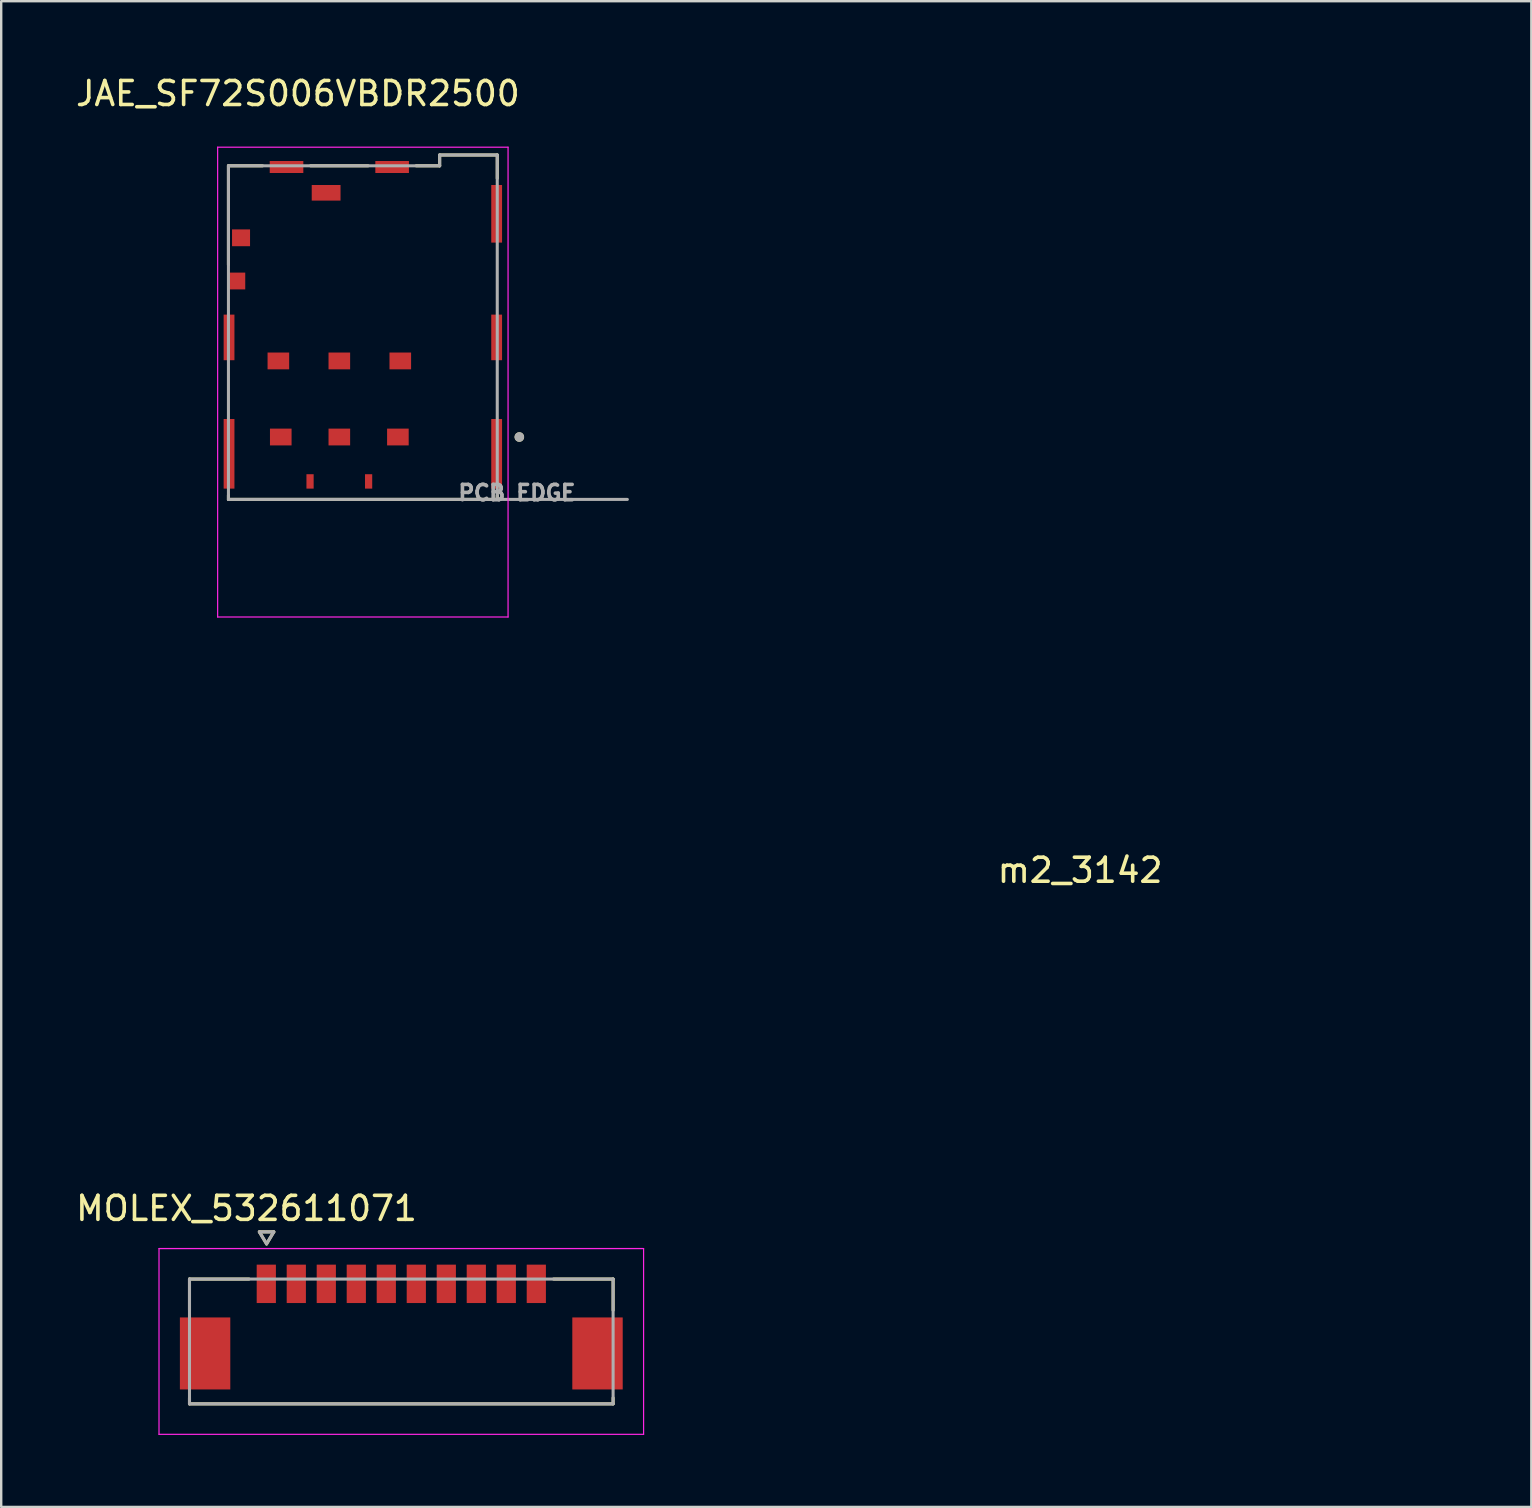
<source format=kicad_pcb>
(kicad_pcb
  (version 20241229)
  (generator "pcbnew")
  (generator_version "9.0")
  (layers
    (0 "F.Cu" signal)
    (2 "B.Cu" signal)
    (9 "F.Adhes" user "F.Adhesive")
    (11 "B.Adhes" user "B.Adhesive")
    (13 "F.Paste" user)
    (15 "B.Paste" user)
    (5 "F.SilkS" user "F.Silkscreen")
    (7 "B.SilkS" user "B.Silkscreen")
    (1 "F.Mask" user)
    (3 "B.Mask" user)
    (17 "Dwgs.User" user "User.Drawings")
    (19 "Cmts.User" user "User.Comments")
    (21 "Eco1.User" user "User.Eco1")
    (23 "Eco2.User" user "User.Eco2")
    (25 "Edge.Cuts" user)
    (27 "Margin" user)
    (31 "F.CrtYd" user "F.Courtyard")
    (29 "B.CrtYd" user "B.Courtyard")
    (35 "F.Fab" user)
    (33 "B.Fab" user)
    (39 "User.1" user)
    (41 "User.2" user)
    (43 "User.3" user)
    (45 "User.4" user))
  (footprint "JAE_SF72S006VBDR2500"
    (layer "F.Cu")
    (at 11.088 10.583)
    (property "Reference" "JAE_SF72S006VBDR2500" (at -1.725 -9.735 0) (layer "F.SilkS") (effects (font (size 1 1) (thickness 0.15))))
    (attr smd)
    (fp_line (start -4.62 -6.725) (end -3.2 -6.725) (stroke (width 0.127) (type solid)) (layer "F.SilkS"))
    (fp_line (start -4.62 -2.6) (end -4.62 -6.725) (stroke (width 0.127) (type solid)) (layer "F.SilkS"))
    (fp_line (start -4.62 7) (end -4.62 7.175) (stroke (width 0.127) (type solid)) (layer "F.SilkS"))
    (fp_line (start -4.62 7.175) (end 6.58 7.175) (stroke (width 0.127) (type solid)) (layer "F.SilkS"))
    (fp_line (start -1.2 -6.725) (end 1.2 -6.725) (stroke (width 0.127) (type solid)) (layer "F.SilkS"))
    (fp_line (start 3.2 -6.725) (end 4.18 -6.725) (stroke (width 0.127) (type solid)) (layer "F.SilkS"))
    (fp_line (start 4.18 -7.175) (end 6.58 -7.175) (stroke (width 0.127) (type solid)) (layer "F.SilkS"))
    (fp_line (start 4.18 -6.725) (end 4.18 -7.175) (stroke (width 0.127) (type solid)) (layer "F.SilkS"))
    (fp_line (start 6.58 -7.175) (end 6.58 -6.2) (stroke (width 0.127) (type solid)) (layer "F.SilkS"))
    (fp_line (start 6.58 7.175) (end 6.58 7) (stroke (width 0.127) (type solid)) (layer "F.SilkS"))
    (fp_circle (center 7.5 4.575) (end 7.6 4.575) (stroke (width 0.2) (type solid)) (fill no) (layer "F.SilkS"))
    (fp_line (start -5.07 -7.5) (end 7.03 -7.5) (stroke (width 0.05) (type solid)) (layer "F.CrtYd"))
    (fp_line (start -5.07 12.075) (end -5.07 -7.5) (stroke (width 0.05) (type solid)) (layer "F.CrtYd"))
    (fp_line (start 7.03 -7.5) (end 7.03 12.075) (stroke (width 0.05) (type solid)) (layer "F.CrtYd"))
    (fp_line (start 7.03 12.075) (end -5.07 12.075) (stroke (width 0.05) (type solid)) (layer "F.CrtYd"))
    (fp_line (start -4.62 -6.725) (end -4.62 7.175) (stroke (width 0.127) (type solid)) (layer "F.Fab"))
    (fp_line (start -4.62 7.175) (end 6.58 7.175) (stroke (width 0.127) (type solid)) (layer "F.Fab"))
    (fp_line (start 4.18 -7.175) (end 4.18 -6.725) (stroke (width 0.127) (type solid)) (layer "F.Fab"))
    (fp_line (start 4.18 -6.725) (end -4.62 -6.725) (stroke (width 0.127) (type solid)) (layer "F.Fab"))
    (fp_line (start 6.58 -7.175) (end 4.18 -7.175) (stroke (width 0.127) (type solid)) (layer "F.Fab"))
    (fp_line (start 6.58 7.175) (end 6.58 -7.175) (stroke (width 0.127) (type solid)) (layer "F.Fab"))
    (fp_line (start 6.58 7.175) (end 12 7.175) (stroke (width 0.127) (type solid)) (layer "F.Fab"))
    (fp_circle (center 7.5 4.575) (end 7.6 4.575) (stroke (width 0.2) (type solid)) (fill no) (layer "F.Fab"))
    (fp_text user "PCB EDGE" (at 7.4 6.9 0) (layer "F.Fab") (effects (font (size 0.64 0.64) (thickness 0.15))))
    (pad "C1" smd rect (at 2.44 4.575) (size 0.9 0.7) (layers "F.Cu" "F.Mask" "F.Paste"))
    (pad "C2" smd rect (at 0 4.575) (size 0.9 0.7) (layers "F.Cu" "F.Mask" "F.Paste"))
    (pad "C3" smd rect (at -2.44 4.575) (size 0.9 0.7) (layers "F.Cu" "F.Mask" "F.Paste"))
    (pad "C5" smd rect (at 2.54 1.405) (size 0.9 0.7) (layers "F.Cu" "F.Mask" "F.Paste"))
    (pad "C6" smd rect (at 0 1.405) (size 0.9 0.7) (layers "F.Cu" "F.Mask" "F.Paste"))
    (pad "C7" smd rect (at -2.54 1.405) (size 0.9 0.7) (layers "F.Cu" "F.Mask" "F.Paste"))
    (pad "CSW" smd rect (at -4.27 -1.925) (size 0.7 0.7) (layers "F.Cu" "F.Mask" "F.Paste"))
    (pad "DSW" smd rect (at -0.55 -5.6) (size 1.2 0.65) (layers "F.Cu" "F.Mask" "F.Paste"))
    (pad "G1" smd rect (at -4.595 5.275) (size 0.45 2.9) (layers "F.Cu" "F.Mask" "F.Paste"))
    (pad "G2" smd rect (at -4.595 0.425) (size 0.45 1.9) (layers "F.Cu" "F.Mask" "F.Paste"))
    (pad "G3" smd rect (at -4.095 -3.725) (size 0.75 0.7) (layers "F.Cu" "F.Mask" "F.Paste"))
    (pad "G4" smd rect (at -2.2 -6.675) (size 1.4 0.5) (layers "F.Cu" "F.Mask" "F.Paste"))
    (pad "G5" smd rect (at 2.2 -6.675) (size 1.4 0.5) (layers "F.Cu" "F.Mask" "F.Paste"))
    (pad "G6" smd rect (at 6.555 -4.725) (size 0.45 2.4) (layers "F.Cu" "F.Mask" "F.Paste"))
    (pad "G7" smd rect (at 6.555 0.425) (size 0.45 1.9) (layers "F.Cu" "F.Mask" "F.Paste"))
    (pad "G8" smd rect (at 6.555 5.275) (size 0.45 2.9) (layers "F.Cu" "F.Mask" "F.Paste"))
    (pad "G9" smd rect (at 1.22 6.425) (size 0.3 0.6) (layers "F.Cu" "F.Mask" "F.Paste"))
    (pad "G10" smd rect (at -1.22 6.425) (size 0.3 0.6) (layers "F.Cu" "F.Mask" "F.Paste"))
    (zone (net_name "") (layer "F.Cu") (hatch full 0.508) (connect_pads) (min_thickness 0.01) (filled_areas_thickness no) (keepout (tracks not_allowed) (vias not_allowed) (pads not_allowed) (copperpour not_allowed) (footprints allowed)) (placement (enabled no)) (fill) (polygon (pts (xy 9.288 4.708) (xy 9.388 4.708) (xy 9.388 7.408) (xy 13.938 7.408) (xy 13.938 4.708) (xy 14.188 4.708) (xy 14.188 7.908) (xy 9.288 7.908))))
    (zone (net_name "") (layer "F.Cu") (hatch full 0.508) (connect_pads) (min_thickness 0.01) (filled_areas_thickness no) (keepout (tracks not_allowed) (vias not_allowed) (pads not_allowed) (copperpour not_allowed) (footprints allowed)) (placement (enabled no)) (fill) (polygon (pts (xy 7.588 17.758) (xy 7.588 8.258) (xy 14.588 8.258) (xy 14.588 12.338) (xy 14.078 12.338) (xy 14.078 10.458) (xy 13.778 9.158) (xy 13.478 9.158) (xy 13.178 10.458) (xy 13.178 12.338) (xy 11.538 12.338) (xy 11.538 10.458) (xy 11.238 9.158) (xy 10.938 9.158) (xy 10.638 10.458) (xy 10.638 12.338) (xy 8.998 12.338) (xy 8.998 10.458) (xy 8.698 9.158) (xy 8.398 9.158) (xy 8.098 10.458) (xy 8.098 12.338) (xy 14.588 12.338) (xy 14.588 13.558) (xy 12.408 13.558) (xy 12.408 13.508) (xy 12.658 13.508) (xy 12.658 12.808) (xy 11.958 12.808) (xy 11.958 13.508) (xy 12.208 13.508) (xy 12.208 13.558) (xy 9.968 13.558) (xy 9.968 13.508) (xy 10.218 13.508) (xy 10.218 12.808) (xy 9.518 12.808) (xy 9.518 13.508) (xy 9.768 13.508) (xy 9.768 13.558) (xy 7.923 13.558) (xy 7.923 16.808) (xy 9.373 16.808) (xy 9.373 13.558) (xy 9.768 13.558) (xy 9.768 16.723) (xy 9.708 16.723) (xy 9.708 16.743) (xy 9.708 17.313) (xy 9.768 17.313) (xy 9.968 17.313) (xy 10.028 17.313) (xy 10.028 16.723) (xy 10.028 16.703) (xy 9.968 16.703) (xy 9.968 13.558) (xy 10.363 13.558) (xy 10.363 16.808) (xy 11.813 16.808) (xy 11.813 13.558) (xy 12.208 13.558) (xy 12.208 16.703) (xy 12.148 16.703) (xy 12.148 17.313) (xy 12.208 17.313) (xy 12.408 17.313) (xy 12.468 17.313) (xy 12.468 16.703) (xy 12.408 16.703) (xy 12.408 13.558) (xy 12.803 13.558) (xy 12.803 16.808) (xy 14.253 16.808) (xy 14.253 13.558) (xy 14.588 13.558) (xy 14.588 17.758))))
    (zone (net_name "") (layers "F.Cu" "B.Cu") (hatch full 0.508) (connect_pads) (min_thickness 0.01) (filled_areas_thickness no) (keepout (tracks allowed) (vias not_allowed) (pads allowed) (copperpour allowed) (footprints allowed)) (placement (enabled no)) (fill) (polygon (pts (xy 9.288 4.708) (xy 9.388 4.708) (xy 9.388 7.408) (xy 13.938 7.408) (xy 13.938 4.708) (xy 14.188 4.708) (xy 14.188 7.908) (xy 9.288 7.908))))
    (zone (net_name "") (layers "F.Cu" "B.Cu") (hatch full 0.508) (connect_pads) (min_thickness 0.01) (filled_areas_thickness no) (keepout (tracks allowed) (vias not_allowed) (pads allowed) (copperpour allowed) (footprints allowed)) (placement (enabled no)) (fill) (polygon (pts (xy 7.588 17.758) (xy 7.588 8.258) (xy 14.588 8.258) (xy 14.588 12.338) (xy 14.078 12.338) (xy 14.078 10.458) (xy 13.778 9.158) (xy 13.478 9.158) (xy 13.178 10.458) (xy 13.178 12.338) (xy 11.538 12.338) (xy 11.538 10.458) (xy 11.238 9.158) (xy 10.938 9.158) (xy 10.638 10.458) (xy 10.638 12.338) (xy 8.998 12.338) (xy 8.998 10.458) (xy 8.698 9.158) (xy 8.398 9.158) (xy 8.098 10.458) (xy 8.098 12.338) (xy 14.588 12.338) (xy 14.588 13.558) (xy 12.408 13.558) (xy 12.408 13.508) (xy 12.658 13.508) (xy 12.658 12.808) (xy 11.958 12.808) (xy 11.958 13.508) (xy 12.208 13.508) (xy 12.208 13.558) (xy 9.968 13.558) (xy 9.968 13.508) (xy 10.218 13.508) (xy 10.218 12.808) (xy 9.518 12.808) (xy 9.518 13.508) (xy 9.768 13.508) (xy 9.768 13.558) (xy 7.923 13.558) (xy 7.923 16.808) (xy 9.373 16.808) (xy 9.373 13.558) (xy 9.768 13.558) (xy 9.768 16.703) (xy 9.708 16.703) (xy 9.708 17.313) (xy 9.768 17.313) (xy 9.968 17.313) (xy 10.028 17.313) (xy 10.028 16.703) (xy 9.968 16.703) (xy 9.968 13.558) (xy 10.363 13.558) (xy 10.363 16.808) (xy 11.813 16.808) (xy 11.813 13.558) (xy 12.208 13.558) (xy 12.208 16.703) (xy 12.148 16.703) (xy 12.148 17.313) (xy 12.208 17.313) (xy 12.408 17.313) (xy 12.468 17.313) (xy 12.468 16.703) (xy 12.408 16.703) (xy 12.408 13.558) (xy 12.803 13.558) (xy 12.803 16.808) (xy 14.253 16.808) (xy 14.253 13.558) (xy 14.588 13.558) (xy 14.588 17.758)))))
  (footprint "m2_3142"
    (layer "F.Cu")
    (at 41.952 42.1)
    (property "Reference" "m2_3142" (at 0 -8.89 0) (layer "F.SilkS") (effects (font (size 1 1) (thickness 0.15))))
    (attr exclude_from_pos_files exclude_from_bom)
    (fp_line (start -15.7 -42) (end -15.7 0) (stroke (width 0.2) (type solid)) (layer "Eco1.User"))
    (fp_line (start -15.7 0) (end 15.7 0) (stroke (width 0.2) (type solid)) (layer "Eco1.User"))
    (fp_line (start 15.7 -42) (end -15.7 -42) (stroke (width 0.2) (type solid)) (layer "Eco1.User"))
    (fp_line (start 15.7 0) (end 15.7 -42) (stroke (width 0.2) (type solid)) (layer "Eco1.User"))
    (fp_circle (center 0 0) (end 1.25 0) (stroke (width 0.2) (type solid)) (fill no) (layer "Eco1.User")))
  (footprint "MOLEX_532611071"
    (layer "F.Cu")
    (at 13.67 52.841)
    (property "Reference" "MOLEX_532611071" (at -6.45 -5.543 0) (layer "F.SilkS") (effects (font (size 1 1) (thickness 0.15))))
    (attr smd)
    (fp_poly (pts (xy -9.301 -1.076) (xy -7.049 -1.076) (xy -7.049 2.076) (xy -9.301 2.076)) (stroke (width 0.01) (type solid)) (fill yes) (layer "F.Mask"))
    (fp_poly (pts (xy -6.101 -3.276) (xy -5.149 -3.276) (xy -5.149 -1.524) (xy -6.101 -1.524)) (stroke (width 0.01) (type solid)) (fill yes) (layer "F.Mask"))
    (fp_poly (pts (xy -4.851 -3.276) (xy -3.899 -3.276) (xy -3.899 -1.524) (xy -4.851 -1.524)) (stroke (width 0.01) (type solid)) (fill yes) (layer "F.Mask"))
    (fp_poly (pts (xy -3.601 -3.276) (xy -2.649 -3.276) (xy -2.649 -1.524) (xy -3.601 -1.524)) (stroke (width 0.01) (type solid)) (fill yes) (layer "F.Mask"))
    (fp_poly (pts (xy -2.351 -3.276) (xy -1.399 -3.276) (xy -1.399 -1.524) (xy -2.351 -1.524)) (stroke (width 0.01) (type solid)) (fill yes) (layer "F.Mask"))
    (fp_poly (pts (xy -1.101 -3.276) (xy -0.149 -3.276) (xy -0.149 -1.524) (xy -1.101 -1.524)) (stroke (width 0.01) (type solid)) (fill yes) (layer "F.Mask"))
    (fp_poly (pts (xy 0.149 -3.276) (xy 1.101 -3.276) (xy 1.101 -1.524) (xy 0.149 -1.524)) (stroke (width 0.01) (type solid)) (fill yes) (layer "F.Mask"))
    (fp_poly (pts (xy 1.399 -3.276) (xy 2.351 -3.276) (xy 2.351 -1.524) (xy 1.399 -1.524)) (stroke (width 0.01) (type solid)) (fill yes) (layer "F.Mask"))
    (fp_poly (pts (xy 2.649 -3.276) (xy 3.601 -3.276) (xy 3.601 -1.524) (xy 2.649 -1.524)) (stroke (width 0.01) (type solid)) (fill yes) (layer "F.Mask"))
    (fp_poly (pts (xy 3.899 -3.276) (xy 4.851 -3.276) (xy 4.851 -1.524) (xy 3.899 -1.524)) (stroke (width 0.01) (type solid)) (fill yes) (layer "F.Mask"))
    (fp_poly (pts (xy 5.149 -3.276) (xy 6.101 -3.276) (xy 6.101 -1.524) (xy 5.149 -1.524)) (stroke (width 0.01) (type solid)) (fill yes) (layer "F.Mask"))
    (fp_poly (pts (xy 7.049 -1.076) (xy 9.301 -1.076) (xy 9.301 2.076) (xy 7.049 2.076)) (stroke (width 0.01) (type solid)) (fill yes) (layer "F.Mask"))
    (fp_line (start -8.825 -2.6) (end -6.345 -2.6) (stroke (width 0.127) (type solid)) (layer "F.SilkS"))
    (fp_line (start -8.825 -1.3) (end -8.825 -2.6) (stroke (width 0.127) (type solid)) (layer "F.SilkS"))
    (fp_line (start -8.825 2.6) (end -8.825 2.35) (stroke (width 0.127) (type solid)) (layer "F.SilkS"))
    (fp_line (start -8.825 2.6) (end 8.825 2.6) (stroke (width 0.127) (type solid)) (layer "F.SilkS"))
    (fp_line (start -5.913 -4.565) (end -5.313 -4.565) (stroke (width 0.127) (type solid)) (layer "F.SilkS"))
    (fp_line (start -5.613 -4.065) (end -5.913 -4.565) (stroke (width 0.127) (type solid)) (layer "F.SilkS"))
    (fp_line (start -5.313 -4.565) (end -5.613 -4.065) (stroke (width 0.127) (type solid)) (layer "F.SilkS"))
    (fp_line (start 6.345 -2.6) (end 8.825 -2.6) (stroke (width 0.127) (type solid)) (layer "F.SilkS"))
    (fp_line (start 8.825 -2.6) (end 8.825 -1.3) (stroke (width 0.127) (type solid)) (layer "F.SilkS"))
    (fp_line (start 8.825 2.6) (end 8.825 2.35) (stroke (width 0.127) (type solid)) (layer "F.SilkS"))
    (fp_line (start -10.095 3.87) (end -10.095 -3.87) (stroke (width 0.05) (type solid)) (layer "F.CrtYd"))
    (fp_line (start 10.095 -3.87) (end -10.095 -3.87) (stroke (width 0.05) (type solid)) (layer "F.CrtYd"))
    (fp_line (start 10.095 -3.87) (end 10.095 3.87) (stroke (width 0.05) (type solid)) (layer "F.CrtYd"))
    (fp_line (start 10.095 3.87) (end -10.095 3.87) (stroke (width 0.05) (type solid)) (layer "F.CrtYd"))
    (fp_line (start -8.825 -2.6) (end 8.825 -2.6) (stroke (width 0.127) (type solid)) (layer "F.Fab"))
    (fp_line (start -8.825 2.6) (end -8.825 -2.6) (stroke (width 0.127) (type solid)) (layer "F.Fab"))
    (fp_line (start -5.913 -4.565) (end -5.313 -4.565) (stroke (width 0.127) (type solid)) (layer "F.Fab"))
    (fp_line (start -5.613 -4.065) (end -5.913 -4.565) (stroke (width 0.127) (type solid)) (layer "F.Fab"))
    (fp_line (start -5.313 -4.565) (end -5.613 -4.065) (stroke (width 0.127) (type solid)) (layer "F.Fab"))
    (fp_line (start 8.825 -2.6) (end 8.825 2.6) (stroke (width 0.127) (type solid)) (layer "F.Fab"))
    (fp_line (start 8.825 2.6) (end -8.825 2.6) (stroke (width 0.127) (type solid)) (layer "F.Fab"))
    (pad "1" smd rect (at -5.625 -2.4) (size 0.8 1.6) (layers "F.Cu" "F.Paste"))
    (pad "2" smd rect (at -4.375 -2.4) (size 0.8 1.6) (layers "F.Cu" "F.Paste"))
    (pad "3" smd rect (at -3.125 -2.4) (size 0.8 1.6) (layers "F.Cu" "F.Paste"))
    (pad "4" smd rect (at -1.875 -2.4) (size 0.8 1.6) (layers "F.Cu" "F.Paste"))
    (pad "5" smd rect (at -0.625 -2.4) (size 0.8 1.6) (layers "F.Cu" "F.Paste"))
    (pad "6" smd rect (at 0.625 -2.4) (size 0.8 1.6) (layers "F.Cu" "F.Paste"))
    (pad "7" smd rect (at 1.875 -2.4) (size 0.8 1.6) (layers "F.Cu" "F.Paste"))
    (pad "8" smd rect (at 3.125 -2.4) (size 0.8 1.6) (layers "F.Cu" "F.Paste"))
    (pad "9" smd rect (at 4.375 -2.4) (size 0.8 1.6) (layers "F.Cu" "F.Paste"))
    (pad "10" smd rect (at 5.625 -2.4) (size 0.8 1.6) (layers "F.Cu" "F.Paste"))
    (pad "S1" smd rect (at -8.175 0.5) (size 2.1 3) (layers "F.Cu" "F.Paste"))
    (pad "S2" smd rect (at 8.175 0.5) (size 2.1 3) (layers "F.Cu" "F.Paste")))
  (gr_rect
    (start -3 -3)
    (end 60.752 59.736)
    (stroke (width 0.1) (type default))
    (fill no)
    (layer "Edge.Cuts")))
</source>
